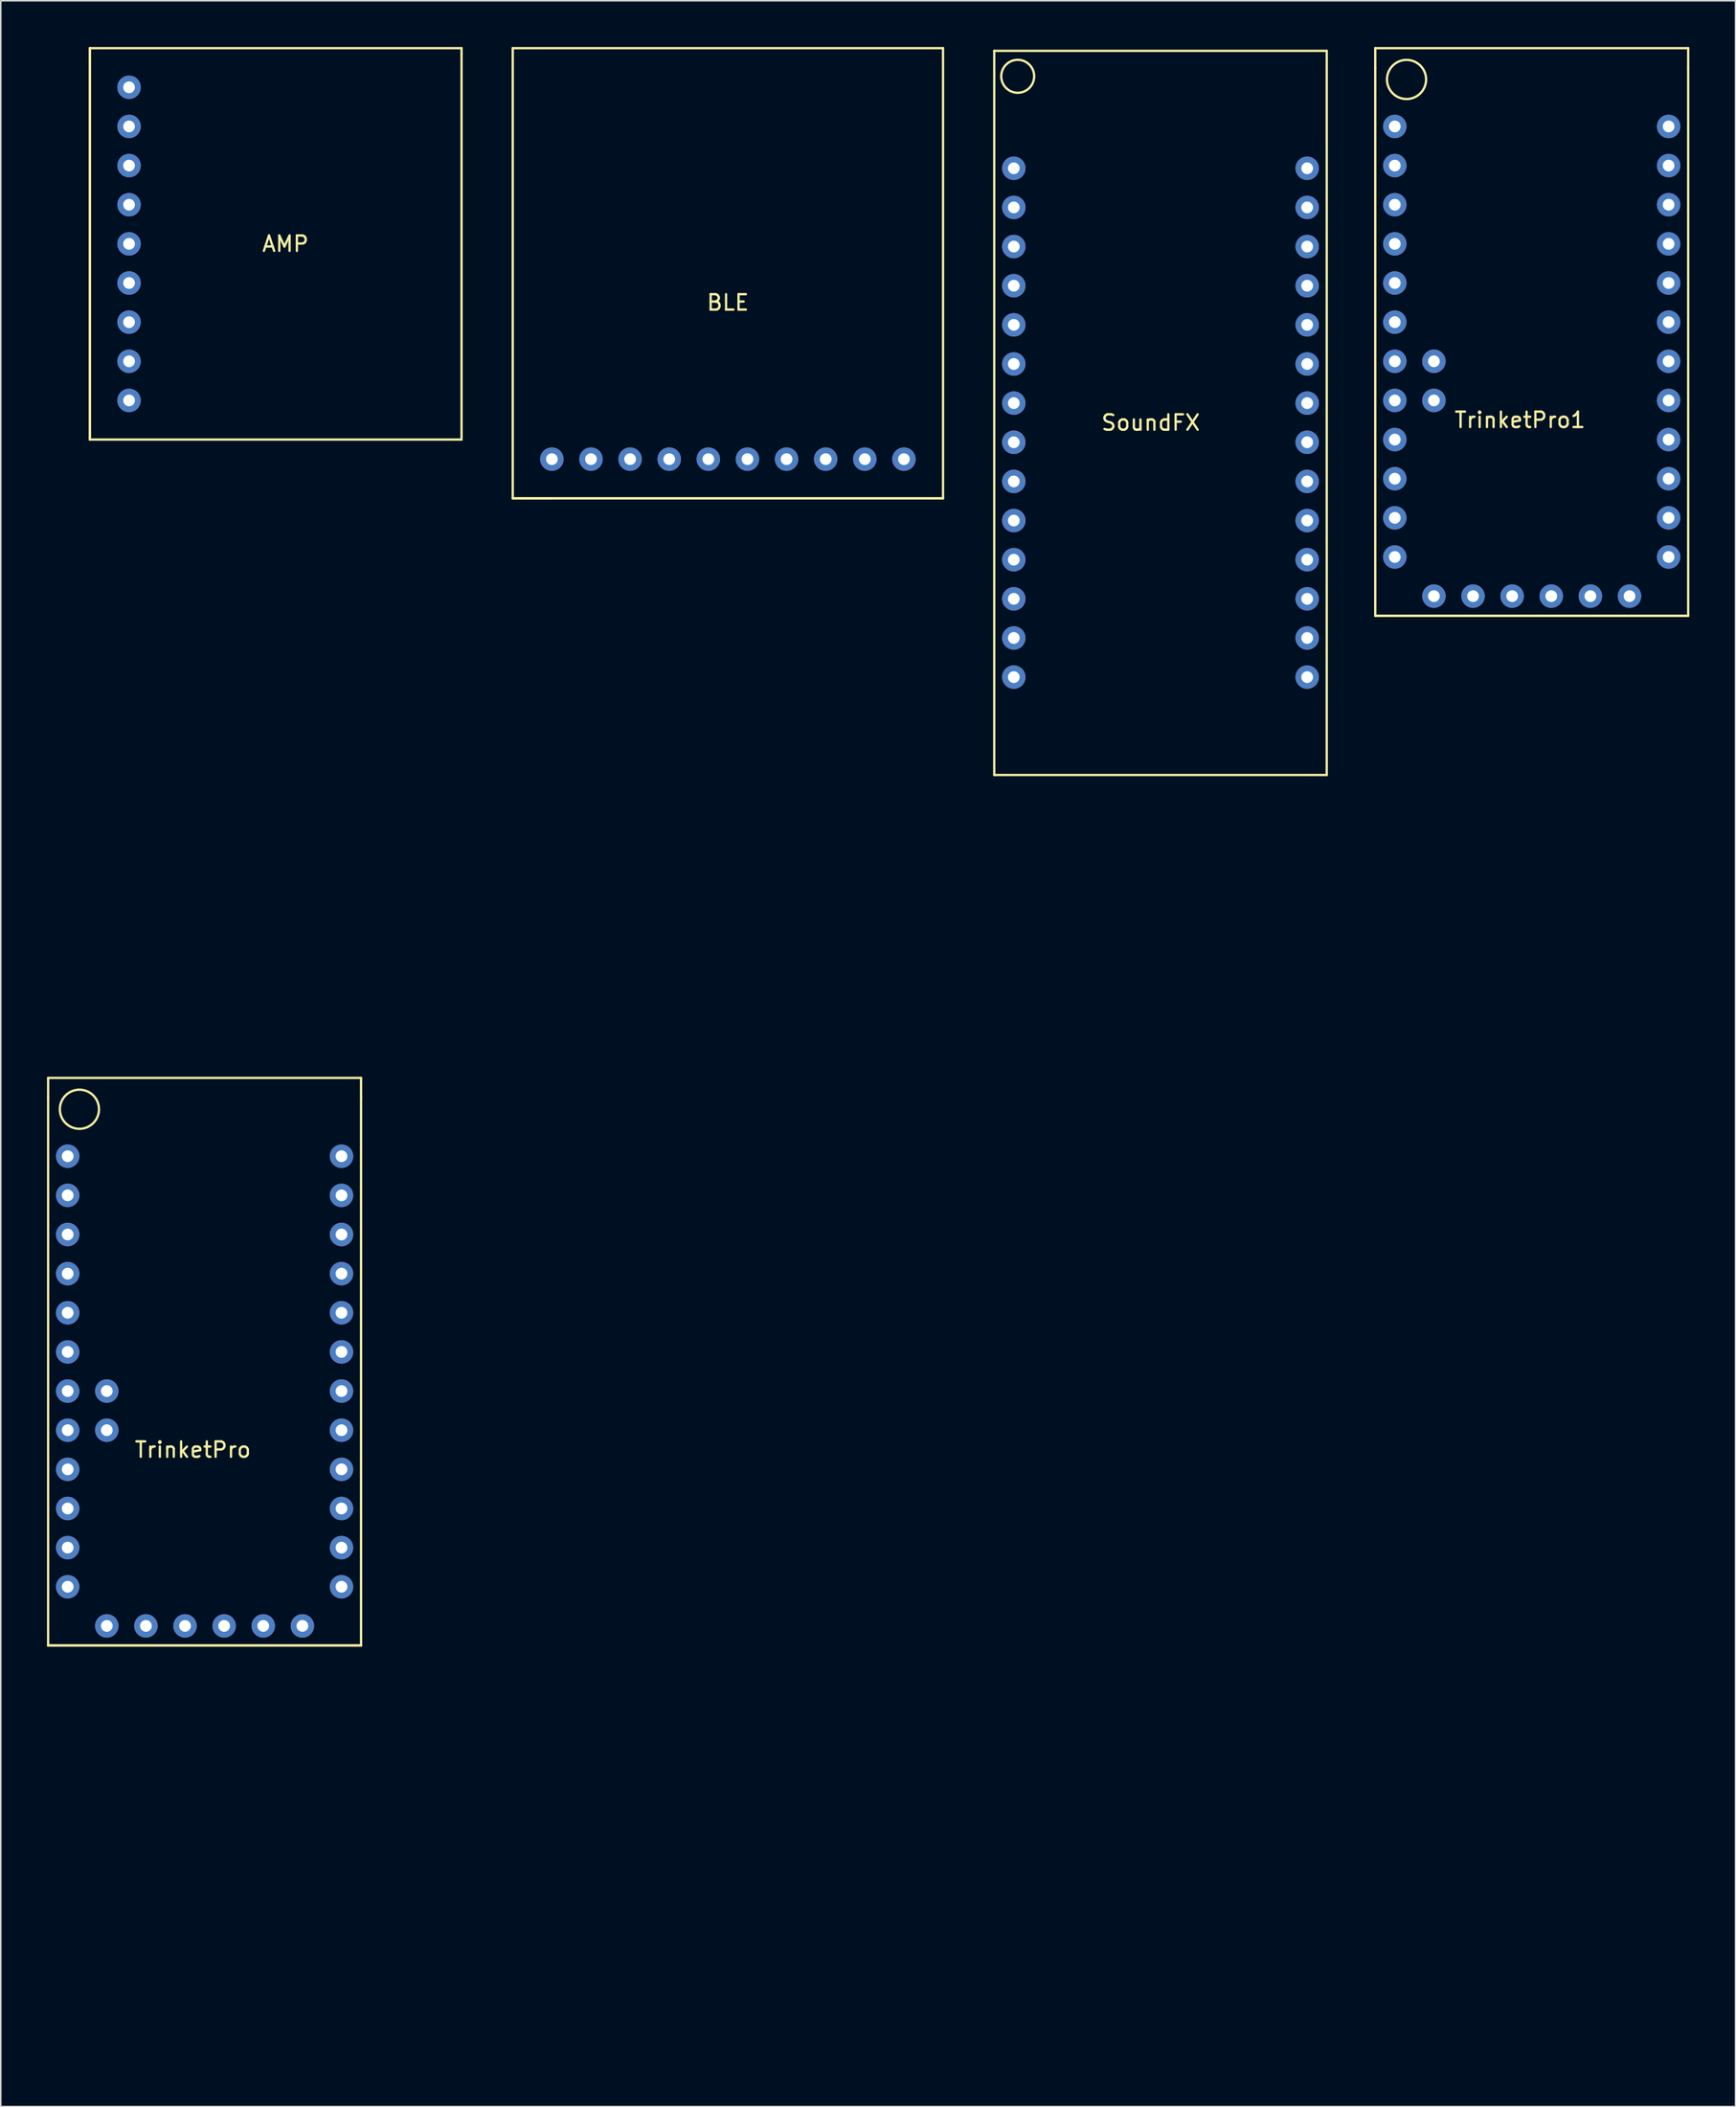
<source format=kicad_pcb>
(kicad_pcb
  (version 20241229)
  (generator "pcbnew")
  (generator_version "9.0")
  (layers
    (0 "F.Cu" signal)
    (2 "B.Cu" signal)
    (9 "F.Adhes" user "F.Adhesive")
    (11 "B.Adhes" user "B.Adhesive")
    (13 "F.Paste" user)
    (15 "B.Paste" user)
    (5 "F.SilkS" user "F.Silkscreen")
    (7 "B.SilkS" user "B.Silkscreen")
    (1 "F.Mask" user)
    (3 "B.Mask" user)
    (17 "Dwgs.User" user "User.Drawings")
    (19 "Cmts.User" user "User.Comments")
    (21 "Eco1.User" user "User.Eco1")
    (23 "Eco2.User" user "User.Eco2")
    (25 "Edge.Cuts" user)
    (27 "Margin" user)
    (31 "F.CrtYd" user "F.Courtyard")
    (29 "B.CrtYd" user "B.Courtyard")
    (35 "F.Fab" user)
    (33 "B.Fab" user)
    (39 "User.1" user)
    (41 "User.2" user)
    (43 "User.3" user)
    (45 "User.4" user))
  (footprint "BLE"
    (layer "F.Cu")
    (at 30.245 29.285)
    (property "Reference" "BLE" (at 13.97 -12.7 0) (layer "F.SilkS") (effects (font (size 1 1) (thickness 0.15))))
    (attr through_hole)
    (fp_line (start 0 -29.21) (end 27.94 -29.21) (stroke (width 0.15) (type solid)) (layer "F.SilkS"))
    (fp_line (start 0 0) (end 0 -29.21) (stroke (width 0.15) (type solid)) (layer "F.SilkS"))
    (fp_line (start 0 0) (end 1.27 0) (stroke (width 0.15) (type solid)) (layer "F.SilkS"))
    (fp_line (start 0 0) (end 2.54 0) (stroke (width 0.15) (type solid)) (layer "F.SilkS"))
    (fp_line (start 1.27 0) (end 0 0) (stroke (width 0.15) (type solid)) (layer "F.SilkS"))
    (fp_line (start 1.27 0) (end 27.94 0) (stroke (width 0.15) (type solid)) (layer "F.SilkS"))
    (fp_line (start 2.54 0) (end 0 0) (stroke (width 0.15) (type solid)) (layer "F.SilkS"))
    (fp_line (start 27.94 0) (end 1.27 0) (stroke (width 0.15) (type solid)) (layer "F.SilkS"))
    (fp_line (start 27.94 0) (end 27.94 -29.21) (stroke (width 0.15) (type solid)) (layer "F.SilkS"))
    (pad "1" thru_hole circle (at 2.54 -2.54) (size 1.524 1.524) (drill 0.762) (layers "*.Cu" "*.Mask"))
    (pad "2" thru_hole circle (at 5.08 -2.54) (size 1.524 1.524) (drill 0.762) (layers "*.Cu" "*.Mask"))
    (pad "3" thru_hole circle (at 7.62 -2.54) (size 1.524 1.524) (drill 0.762) (layers "*.Cu" "*.Mask"))
    (pad "4" thru_hole circle (at 10.16 -2.54) (size 1.524 1.524) (drill 0.762) (layers "*.Cu" "*.Mask"))
    (pad "5" thru_hole circle (at 12.7 -2.54) (size 1.524 1.524) (drill 0.762) (layers "*.Cu" "*.Mask"))
    (pad "6" thru_hole circle (at 15.24 -2.54) (size 1.524 1.524) (drill 0.762) (layers "*.Cu" "*.Mask"))
    (pad "7" thru_hole circle (at 17.78 -2.54) (size 1.524 1.524) (drill 0.762) (layers "*.Cu" "*.Mask"))
    (pad "8" thru_hole circle (at 20.32 -2.54) (size 1.524 1.524) (drill 0.762) (layers "*.Cu" "*.Mask"))
    (pad "9" thru_hole circle (at 22.86 -2.54) (size 1.524 1.524) (drill 0.762) (layers "*.Cu" "*.Mask"))
    (pad "10" thru_hole circle (at 25.4 -2.54) (size 1.524 1.524) (drill 0.762) (layers "*.Cu" "*.Mask")))
  (footprint "TrinketPro"
    (layer "F.Cu")
    (at 1.345 130.4)
    (property "Reference" "TrinketPro" (at 8.128 -39.37 0) (layer "F.SilkS") (effects (font (size 1 1) (thickness 0.15))))
    (attr through_hole)
    (fp_line (start -1.27 -63.5) (end -1.27 -62.23) (stroke (width 0.15) (type solid)) (layer "F.SilkS"))
    (fp_line (start -1.27 -26.67) (end -1.27 -62.23) (stroke (width 0.15) (type solid)) (layer "F.SilkS"))
    (fp_line (start -1.27 -26.67) (end 19.05 -26.67) (stroke (width 0.15) (type solid)) (layer "F.SilkS"))
    (fp_line (start 19.05 -63.5) (end -1.27 -63.5) (stroke (width 0.15) (type solid)) (layer "F.SilkS"))
    (fp_line (start 19.05 -63.5) (end 19.05 -62.23) (stroke (width 0.15) (type solid)) (layer "F.SilkS"))
    (fp_line (start 19.05 -62.23) (end 19.05 -26.67) (stroke (width 0.15) (type solid)) (layer "F.SilkS"))
    (fp_line (start 19.05 -26.67) (end -1.27 -26.67) (stroke (width 0.15) (type solid)) (layer "F.SilkS"))
    (fp_circle (center 0.762 -61.468) (end -0.508 -61.468) (stroke (width 0.15) (type solid)) (fill no) (layer "F.SilkS"))
    (pad "1" thru_hole circle (at 0 -58.42) (size 1.524 1.524) (drill 0.762) (layers "*.Cu" "*.Mask"))
    (pad "2" thru_hole circle (at 0 -55.88) (size 1.524 1.524) (drill 0.762) (layers "*.Cu" "*.Mask"))
    (pad "3" thru_hole circle (at 0 -53.34) (size 1.524 1.524) (drill 0.762) (layers "*.Cu" "*.Mask"))
    (pad "4" thru_hole circle (at 0 -50.8) (size 1.524 1.524) (drill 0.762) (layers "*.Cu" "*.Mask"))
    (pad "5" thru_hole circle (at 0 -48.26) (size 1.524 1.524) (drill 0.762) (layers "*.Cu" "*.Mask"))
    (pad "6" thru_hole circle (at 0 -45.72) (size 1.524 1.524) (drill 0.762) (layers "*.Cu" "*.Mask"))
    (pad "7" thru_hole circle (at 0 -43.18) (size 1.524 1.524) (drill 0.762) (layers "*.Cu" "*.Mask"))
    (pad "8" thru_hole circle (at 0 -40.64) (size 1.524 1.524) (drill 0.762) (layers "*.Cu" "*.Mask"))
    (pad "9" thru_hole circle (at 0 -38.1) (size 1.524 1.524) (drill 0.762) (layers "*.Cu" "*.Mask"))
    (pad "10" thru_hole circle (at 0 -35.56) (size 1.524 1.524) (drill 0.762) (layers "*.Cu" "*.Mask"))
    (pad "11" thru_hole circle (at 0 -33.02) (size 1.524 1.524) (drill 0.762) (layers "*.Cu" "*.Mask"))
    (pad "12" thru_hole circle (at 0 -30.48) (size 1.524 1.524) (drill 0.762) (layers "*.Cu" "*.Mask"))
    (pad "13" thru_hole circle (at 2.54 -43.18) (size 1.524 1.524) (drill 0.762) (layers "*.Cu" "*.Mask"))
    (pad "14" thru_hole circle (at 2.54 -40.64) (size 1.524 1.524) (drill 0.762) (layers "*.Cu" "*.Mask"))
    (pad "15" thru_hole circle (at 2.54 -27.94) (size 1.524 1.524) (drill 0.762) (layers "*.Cu" "*.Mask"))
    (pad "16" thru_hole circle (at 5.08 -27.94) (size 1.524 1.524) (drill 0.762) (layers "*.Cu" "*.Mask"))
    (pad "17" thru_hole circle (at 7.62 -27.94) (size 1.524 1.524) (drill 0.762) (layers "*.Cu" "*.Mask"))
    (pad "18" thru_hole circle (at 10.16 -27.94) (size 1.524 1.524) (drill 0.762) (layers "*.Cu" "*.Mask"))
    (pad "19" thru_hole circle (at 12.7 -27.94) (size 1.524 1.524) (drill 0.762) (layers "*.Cu" "*.Mask"))
    (pad "20" thru_hole circle (at 15.24 -27.94) (size 1.524 1.524) (drill 0.762) (layers "*.Cu" "*.Mask"))
    (pad "21" thru_hole circle (at 17.78 -30.48) (size 1.524 1.524) (drill 0.762) (layers "*.Cu" "*.Mask"))
    (pad "22" thru_hole circle (at 17.78 -33.02) (size 1.524 1.524) (drill 0.762) (layers "*.Cu" "*.Mask"))
    (pad "23" thru_hole circle (at 17.78 -35.56) (size 1.524 1.524) (drill 0.762) (layers "*.Cu" "*.Mask"))
    (pad "24" thru_hole circle (at 17.78 -38.1) (size 1.524 1.524) (drill 0.762) (layers "*.Cu" "*.Mask"))
    (pad "25" thru_hole circle (at 17.78 -40.64) (size 1.524 1.524) (drill 0.762) (layers "*.Cu" "*.Mask"))
    (pad "26" thru_hole circle (at 17.78 -43.18) (size 1.524 1.524) (drill 0.762) (layers "*.Cu" "*.Mask"))
    (pad "27" thru_hole circle (at 17.78 -45.72) (size 1.524 1.524) (drill 0.762) (layers "*.Cu" "*.Mask"))
    (pad "28" thru_hole circle (at 17.78 -48.26) (size 1.524 1.524) (drill 0.762) (layers "*.Cu" "*.Mask"))
    (pad "29" thru_hole circle (at 17.78 -50.8) (size 1.524 1.524) (drill 0.762) (layers "*.Cu" "*.Mask"))
    (pad "30" thru_hole circle (at 17.78 -53.34) (size 1.524 1.524) (drill 0.762) (layers "*.Cu" "*.Mask"))
    (pad "31" thru_hole circle (at 17.78 -55.88) (size 1.524 1.524) (drill 0.762) (layers "*.Cu" "*.Mask"))
    (pad "32" thru_hole circle (at 17.78 -58.42) (size 1.524 1.524) (drill 0.762) (layers "*.Cu" "*.Mask")))
  (footprint "TrinketPro1"
    (layer "F.Cu")
    (at 87.52 63.575)
    (property "Reference" "TrinketPro1" (at 8.128 -39.37 0) (layer "F.SilkS") (effects (font (size 1 1) (thickness 0.15))))
    (attr through_hole)
    (fp_line (start -1.27 -63.5) (end -1.27 -62.23) (stroke (width 0.15) (type solid)) (layer "F.SilkS"))
    (fp_line (start -1.27 -26.67) (end -1.27 -62.23) (stroke (width 0.15) (type solid)) (layer "F.SilkS"))
    (fp_line (start -1.27 -26.67) (end 19.05 -26.67) (stroke (width 0.15) (type solid)) (layer "F.SilkS"))
    (fp_line (start 19.05 -63.5) (end -1.27 -63.5) (stroke (width 0.15) (type solid)) (layer "F.SilkS"))
    (fp_line (start 19.05 -63.5) (end 19.05 -62.23) (stroke (width 0.15) (type solid)) (layer "F.SilkS"))
    (fp_line (start 19.05 -62.23) (end 19.05 -26.67) (stroke (width 0.15) (type solid)) (layer "F.SilkS"))
    (fp_line (start 19.05 -26.67) (end -1.27 -26.67) (stroke (width 0.15) (type solid)) (layer "F.SilkS"))
    (fp_circle (center 0.762 -61.468) (end -0.508 -61.468) (stroke (width 0.15) (type solid)) (fill no) (layer "F.SilkS"))
    (pad "1" thru_hole circle (at 0 -58.42) (size 1.524 1.524) (drill 0.762) (layers "*.Cu" "*.Mask"))
    (pad "2" thru_hole circle (at 0 -55.88) (size 1.524 1.524) (drill 0.762) (layers "*.Cu" "*.Mask"))
    (pad "3" thru_hole circle (at 0 -53.34) (size 1.524 1.524) (drill 0.762) (layers "*.Cu" "*.Mask"))
    (pad "4" thru_hole circle (at 0 -50.8) (size 1.524 1.524) (drill 0.762) (layers "*.Cu" "*.Mask"))
    (pad "5" thru_hole circle (at 0 -48.26) (size 1.524 1.524) (drill 0.762) (layers "*.Cu" "*.Mask"))
    (pad "6" thru_hole circle (at 0 -45.72) (size 1.524 1.524) (drill 0.762) (layers "*.Cu" "*.Mask"))
    (pad "7" thru_hole circle (at 0 -43.18) (size 1.524 1.524) (drill 0.762) (layers "*.Cu" "*.Mask"))
    (pad "8" thru_hole circle (at 0 -40.64) (size 1.524 1.524) (drill 0.762) (layers "*.Cu" "*.Mask"))
    (pad "9" thru_hole circle (at 0 -38.1) (size 1.524 1.524) (drill 0.762) (layers "*.Cu" "*.Mask"))
    (pad "10" thru_hole circle (at 0 -35.56) (size 1.524 1.524) (drill 0.762) (layers "*.Cu" "*.Mask"))
    (pad "11" thru_hole circle (at 0 -33.02) (size 1.524 1.524) (drill 0.762) (layers "*.Cu" "*.Mask"))
    (pad "12" thru_hole circle (at 0 -30.48) (size 1.524 1.524) (drill 0.762) (layers "*.Cu" "*.Mask"))
    (pad "13" thru_hole circle (at 2.54 -43.18) (size 1.524 1.524) (drill 0.762) (layers "*.Cu" "*.Mask"))
    (pad "14" thru_hole circle (at 2.54 -40.64) (size 1.524 1.524) (drill 0.762) (layers "*.Cu" "*.Mask"))
    (pad "15" thru_hole circle (at 2.54 -27.94) (size 1.524 1.524) (drill 0.762) (layers "*.Cu" "*.Mask"))
    (pad "16" thru_hole circle (at 5.08 -27.94) (size 1.524 1.524) (drill 0.762) (layers "*.Cu" "*.Mask"))
    (pad "17" thru_hole circle (at 7.62 -27.94) (size 1.524 1.524) (drill 0.762) (layers "*.Cu" "*.Mask"))
    (pad "18" thru_hole circle (at 10.16 -27.94) (size 1.524 1.524) (drill 0.762) (layers "*.Cu" "*.Mask"))
    (pad "19" thru_hole circle (at 12.7 -27.94) (size 1.524 1.524) (drill 0.762) (layers "*.Cu" "*.Mask"))
    (pad "20" thru_hole circle (at 15.24 -27.94) (size 1.524 1.524) (drill 0.762) (layers "*.Cu" "*.Mask"))
    (pad "21" thru_hole circle (at 17.78 -30.48) (size 1.524 1.524) (drill 0.762) (layers "*.Cu" "*.Mask"))
    (pad "22" thru_hole circle (at 17.78 -33.02) (size 1.524 1.524) (drill 0.762) (layers "*.Cu" "*.Mask"))
    (pad "23" thru_hole circle (at 17.78 -35.56) (size 1.524 1.524) (drill 0.762) (layers "*.Cu" "*.Mask"))
    (pad "24" thru_hole circle (at 17.78 -38.1) (size 1.524 1.524) (drill 0.762) (layers "*.Cu" "*.Mask"))
    (pad "25" thru_hole circle (at 17.78 -40.64) (size 1.524 1.524) (drill 0.762) (layers "*.Cu" "*.Mask"))
    (pad "26" thru_hole circle (at 17.78 -43.18) (size 1.524 1.524) (drill 0.762) (layers "*.Cu" "*.Mask"))
    (pad "27" thru_hole circle (at 17.78 -45.72) (size 1.524 1.524) (drill 0.762) (layers "*.Cu" "*.Mask"))
    (pad "28" thru_hole circle (at 17.78 -48.26) (size 1.524 1.524) (drill 0.762) (layers "*.Cu" "*.Mask"))
    (pad "29" thru_hole circle (at 17.78 -50.8) (size 1.524 1.524) (drill 0.762) (layers "*.Cu" "*.Mask"))
    (pad "30" thru_hole circle (at 17.78 -53.34) (size 1.524 1.524) (drill 0.762) (layers "*.Cu" "*.Mask"))
    (pad "31" thru_hole circle (at 17.78 -55.88) (size 1.524 1.524) (drill 0.762) (layers "*.Cu" "*.Mask"))
    (pad "32" thru_hole circle (at 17.78 -58.42) (size 1.524 1.524) (drill 0.762) (layers "*.Cu" "*.Mask")))
  (footprint "AMP"
    (layer "F.Cu")
    (at 0.25 28.015)
    (property "Reference" "AMP" (at 15.24 -15.24 0) (layer "F.SilkS") (effects (font (size 1 1) (thickness 0.15))))
    (attr through_hole)
    (fp_line (start 2.54 -27.94) (end 2.54 -2.54) (stroke (width 0.15) (type solid)) (layer "F.SilkS"))
    (fp_line (start 2.54 -27.94) (end 26.67 -27.94) (stroke (width 0.15) (type solid)) (layer "F.SilkS"))
    (fp_line (start 2.54 -2.54) (end 2.54 -27.94) (stroke (width 0.15) (type solid)) (layer "F.SilkS"))
    (fp_line (start 2.54 -2.54) (end 26.67 -2.54) (stroke (width 0.15) (type solid)) (layer "F.SilkS"))
    (fp_line (start 26.67 -27.94) (end 26.67 -2.54) (stroke (width 0.15) (type solid)) (layer "F.SilkS"))
    (pad "1" thru_hole circle (at 5.08 -25.4) (size 1.524 1.524) (drill 0.762) (layers "*.Cu" "*.Mask"))
    (pad "2" thru_hole circle (at 5.08 -22.86) (size 1.524 1.524) (drill 0.762) (layers "*.Cu" "*.Mask"))
    (pad "3" thru_hole circle (at 5.08 -20.32) (size 1.524 1.524) (drill 0.762) (layers "*.Cu" "*.Mask"))
    (pad "4" thru_hole circle (at 5.08 -17.78) (size 1.524 1.524) (drill 0.762) (layers "*.Cu" "*.Mask"))
    (pad "5" thru_hole circle (at 5.08 -15.24) (size 1.524 1.524) (drill 0.762) (layers "*.Cu" "*.Mask"))
    (pad "6" thru_hole circle (at 5.08 -12.7) (size 1.524 1.524) (drill 0.762) (layers "*.Cu" "*.Mask"))
    (pad "7" thru_hole circle (at 5.08 -10.16) (size 1.524 1.524) (drill 0.762) (layers "*.Cu" "*.Mask"))
    (pad "8" thru_hole circle (at 5.08 -7.62) (size 1.524 1.524) (drill 0.762) (layers "*.Cu" "*.Mask"))
    (pad "9" thru_hole circle (at 5.08 -5.08) (size 1.524 1.524) (drill 0.762) (layers "*.Cu" "*.Mask")))
  (footprint "SoundFX"
    (layer "F.Cu")
    (at 61.51 0.25)
    (property "Reference" "SoundFX" (at 10.16 24.13 0) (layer "F.SilkS") (effects (font (size 1 1) (thickness 0.15))))
    (attr through_hole)
    (fp_line (start 0 0) (end 21.59 0) (stroke (width 0.15) (type solid)) (layer "F.SilkS"))
    (fp_line (start 0 46.99) (end 0 0) (stroke (width 0.15) (type solid)) (layer "F.SilkS"))
    (fp_line (start 0 46.99) (end 21.59 46.99) (stroke (width 0.15) (type solid)) (layer "F.SilkS"))
    (fp_line (start 21.59 0) (end 21.59 46.99) (stroke (width 0.15) (type solid)) (layer "F.SilkS"))
    (fp_circle (center 1.524 1.651) (end 2.591 1.575) (stroke (width 0.15) (type solid)) (fill no) (layer "F.SilkS"))
    (pad "1" thru_hole circle (at 1.27 7.62) (size 1.524 1.524) (drill 0.762) (layers "*.Cu" "*.Mask"))
    (pad "2" thru_hole circle (at 1.27 10.16) (size 1.524 1.524) (drill 0.762) (layers "*.Cu" "*.Mask"))
    (pad "3" thru_hole circle (at 1.27 12.7) (size 1.524 1.524) (drill 0.762) (layers "*.Cu" "*.Mask"))
    (pad "4" thru_hole circle (at 1.27 15.24) (size 1.524 1.524) (drill 0.762) (layers "*.Cu" "*.Mask"))
    (pad "5" thru_hole circle (at 1.27 17.78) (size 1.524 1.524) (drill 0.762) (layers "*.Cu" "*.Mask"))
    (pad "6" thru_hole circle (at 1.27 20.32) (size 1.524 1.524) (drill 0.762) (layers "*.Cu" "*.Mask"))
    (pad "7" thru_hole circle (at 1.27 22.86) (size 1.524 1.524) (drill 0.762) (layers "*.Cu" "*.Mask"))
    (pad "8" thru_hole circle (at 1.27 25.4) (size 1.524 1.524) (drill 0.762) (layers "*.Cu" "*.Mask"))
    (pad "9" thru_hole circle (at 1.27 27.94) (size 1.524 1.524) (drill 0.762) (layers "*.Cu" "*.Mask"))
    (pad "10" thru_hole circle (at 1.27 30.48) (size 1.524 1.524) (drill 0.762) (layers "*.Cu" "*.Mask"))
    (pad "11" thru_hole circle (at 1.27 33.02) (size 1.524 1.524) (drill 0.762) (layers "*.Cu" "*.Mask"))
    (pad "12" thru_hole circle (at 1.27 35.56) (size 1.524 1.524) (drill 0.762) (layers "*.Cu" "*.Mask"))
    (pad "13" thru_hole circle (at 1.27 38.1) (size 1.524 1.524) (drill 0.762) (layers "*.Cu" "*.Mask"))
    (pad "14" thru_hole circle (at 1.27 40.64) (size 1.524 1.524) (drill 0.762) (layers "*.Cu" "*.Mask"))
    (pad "15" thru_hole circle (at 20.32 40.64) (size 1.524 1.524) (drill 0.762) (layers "*.Cu" "*.Mask"))
    (pad "16" thru_hole circle (at 20.32 38.1) (size 1.524 1.524) (drill 0.762) (layers "*.Cu" "*.Mask"))
    (pad "17" thru_hole circle (at 20.32 35.56) (size 1.524 1.524) (drill 0.762) (layers "*.Cu" "*.Mask"))
    (pad "18" thru_hole circle (at 20.32 33.02) (size 1.524 1.524) (drill 0.762) (layers "*.Cu" "*.Mask"))
    (pad "19" thru_hole circle (at 20.32 30.48) (size 1.524 1.524) (drill 0.762) (layers "*.Cu" "*.Mask"))
    (pad "20" thru_hole circle (at 20.32 27.94) (size 1.524 1.524) (drill 0.762) (layers "*.Cu" "*.Mask"))
    (pad "21" thru_hole circle (at 20.32 25.4) (size 1.524 1.524) (drill 0.762) (layers "*.Cu" "*.Mask"))
    (pad "22" thru_hole circle (at 20.32 22.86) (size 1.524 1.524) (drill 0.762) (layers "*.Cu" "*.Mask"))
    (pad "23" thru_hole circle (at 20.32 20.32) (size 1.524 1.524) (drill 0.762) (layers "*.Cu" "*.Mask"))
    (pad "24" thru_hole circle (at 20.32 17.78) (size 1.524 1.524) (drill 0.762) (layers "*.Cu" "*.Mask"))
    (pad "25" thru_hole circle (at 20.32 15.24) (size 1.524 1.524) (drill 0.762) (layers "*.Cu" "*.Mask"))
    (pad "26" thru_hole circle (at 20.32 12.7) (size 1.524 1.524) (drill 0.762) (layers "*.Cu" "*.Mask"))
    (pad "27" thru_hole circle (at 20.32 10.16) (size 1.524 1.524) (drill 0.762) (layers "*.Cu" "*.Mask"))
    (pad "28" thru_hole circle (at 20.32 7.62) (size 1.524 1.524) (drill 0.762) (layers "*.Cu" "*.Mask")))
  (gr_rect
    (start -3 -3)
    (end 109.645 133.65)
    (stroke (width 0.1) (type default))
    (fill no)
    (layer "Edge.Cuts")))
</source>
